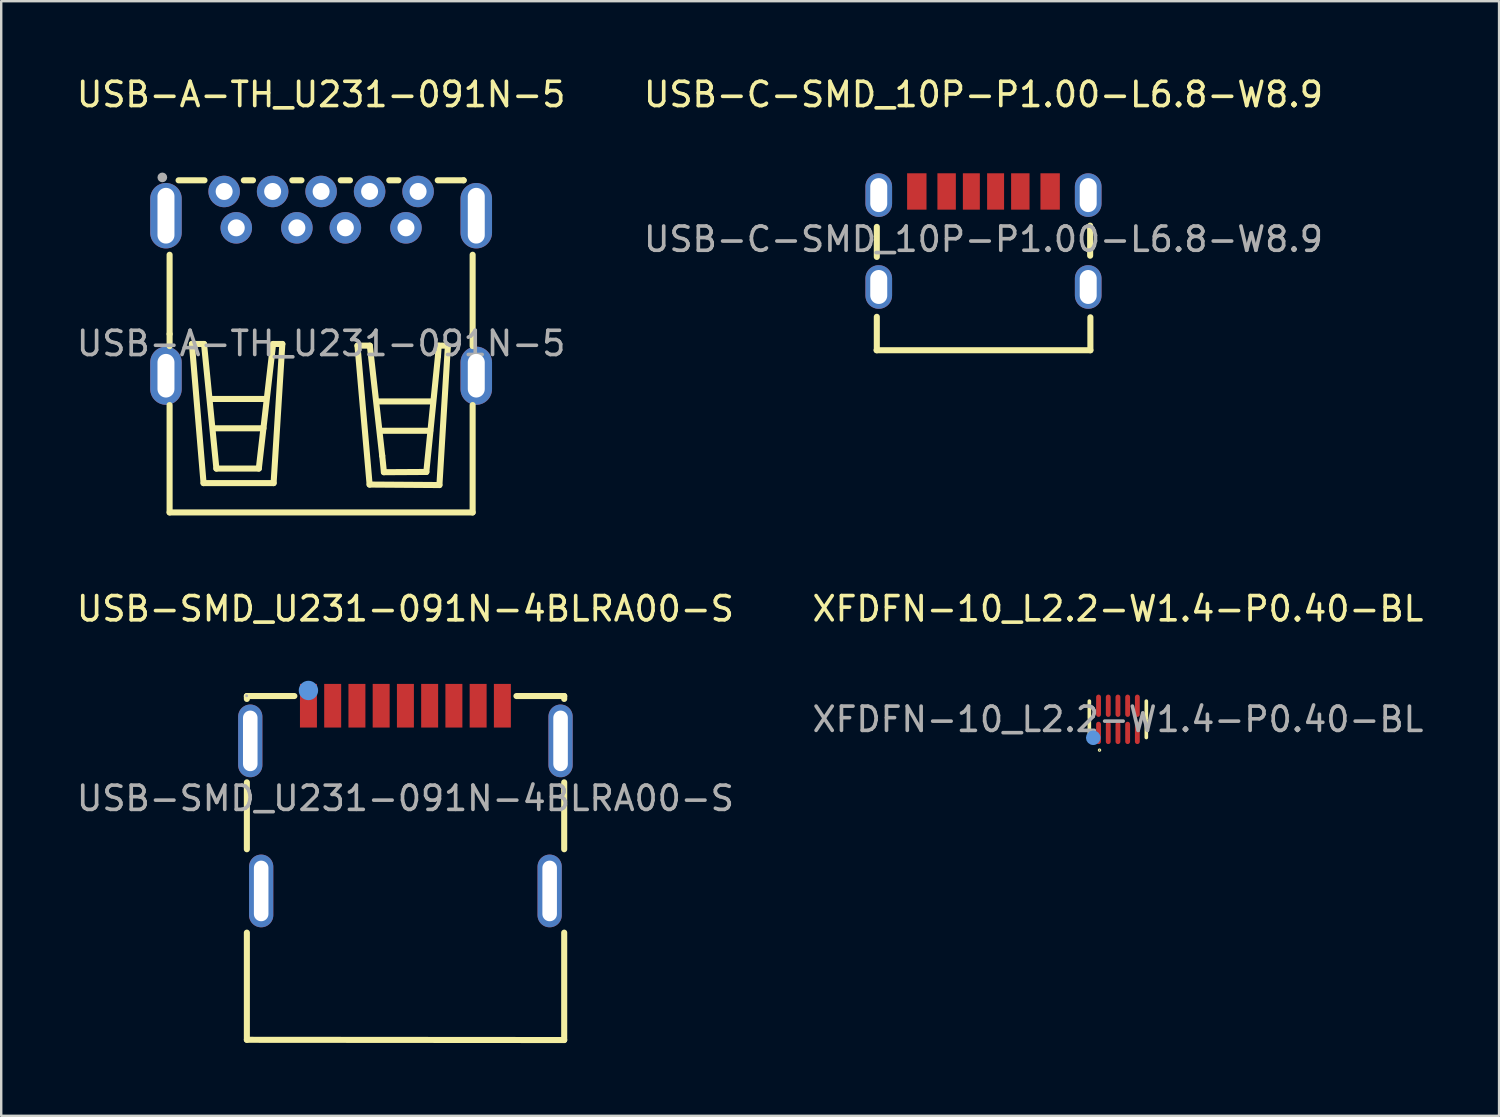
<source format=kicad_pcb>
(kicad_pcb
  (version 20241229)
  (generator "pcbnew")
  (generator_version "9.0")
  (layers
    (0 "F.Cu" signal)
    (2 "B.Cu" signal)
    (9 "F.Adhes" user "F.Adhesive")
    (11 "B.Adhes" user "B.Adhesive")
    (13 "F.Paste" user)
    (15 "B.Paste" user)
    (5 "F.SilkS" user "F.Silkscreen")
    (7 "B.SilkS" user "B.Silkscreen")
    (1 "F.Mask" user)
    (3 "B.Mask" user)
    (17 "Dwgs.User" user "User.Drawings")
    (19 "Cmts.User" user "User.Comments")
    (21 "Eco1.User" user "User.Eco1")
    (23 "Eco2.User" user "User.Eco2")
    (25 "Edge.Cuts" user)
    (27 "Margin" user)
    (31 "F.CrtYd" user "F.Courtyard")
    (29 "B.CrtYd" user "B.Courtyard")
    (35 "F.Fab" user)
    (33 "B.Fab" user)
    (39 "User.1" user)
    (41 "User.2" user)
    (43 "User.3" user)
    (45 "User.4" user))
  (footprint "USB-C-SMD_10P-P1.00-L6.8-W8.9"
    (layer "F.Cu")
    (at 37.518 6.818)
    (property "Reference" "USB-C-SMD_10P-P1.00-L6.8-W8.9" (at 0 -5.97 0) (layer "F.SilkS") (effects (font (size 1 1) (thickness 0.15))))
    (attr through_hole)
    (fp_line (start -4.41 4.58) (end 4.41 4.58) (stroke (width 0.25) (type solid)) (layer "F.SilkS"))
    (fp_line (start -4.4 -0.51) (end -4.4 0.73) (stroke (width 0.25) (type solid)) (layer "F.SilkS"))
    (fp_line (start -4.4 4.58) (end -4.4 3.2) (stroke (width 0.25) (type solid)) (layer "F.SilkS"))
    (fp_line (start 4.4 -0.56) (end 4.4 0.68) (stroke (width 0.25) (type solid)) (layer "F.SilkS"))
    (fp_line (start 4.41 4.58) (end 4.41 3.22) (stroke (width 0.25) (type solid)) (layer "F.SilkS"))
    (fp_circle (center -4.47 -2.32) (end -4.44 -2.32) (stroke (width 0.06) (type solid)) (fill no) (layer "F.Fab"))
    (fp_text user "${REFERENCE}" (at 0 0 0) (layer "F.Fab") (effects (font (size 1 1) (thickness 0.15))))
    (pad "0" thru_hole oval (at -4.32 -1.82) (size 1.1 1.8) (drill oval 0.7 1.401) (layers "*.Cu" "*.Paste" "*.Mask"))
    (pad "0" thru_hole oval (at -4.32 1.97) (size 1.1 1.8) (drill oval 0.7 1.401) (layers "*.Cu" "*.Paste" "*.Mask"))
    (pad "0" thru_hole oval (at 4.32 -1.82) (size 1.1 1.8) (drill oval 0.7 1.401) (layers "*.Cu" "*.Paste" "*.Mask"))
    (pad "0" thru_hole oval (at 4.32 1.97) (size 1.1 1.8) (drill oval 0.7 1.401) (layers "*.Cu" "*.Paste" "*.Mask"))
    (pad "1" smd rect (at -2.75 -1.97) (size 0.8 1.5) (layers "F.Cu" "F.Mask" "F.Paste"))
    (pad "2" smd rect (at -1.52 -1.97) (size 0.76 1.5) (layers "F.Cu" "F.Mask" "F.Paste"))
    (pad "3" smd rect (at -0.5 -1.97) (size 0.7 1.5) (layers "F.Cu" "F.Mask" "F.Paste"))
    (pad "4" smd rect (at 0.5 -1.97) (size 0.7 1.5) (layers "F.Cu" "F.Mask" "F.Paste"))
    (pad "5" smd rect (at 1.52 -1.97) (size 0.76 1.5) (layers "F.Cu" "F.Mask" "F.Paste"))
    (pad "6" smd rect (at 2.75 -1.97) (size 0.8 1.5) (layers "F.Cu" "F.Mask" "F.Paste")))
  (footprint "USB-SMD_U231-091N-4BLRA00-S"
    (layer "F.Cu")
    (at 13.673 29.881)
    (property "Reference" "USB-SMD_U231-091N-4BLRA00-S" (at 0 -7.82 0) (layer "F.SilkS") (effects (font (size 1 1) (thickness 0.15))))
    (attr through_hole)
    (fp_line (start -6.54 -4.22) (end -4.58 -4.22) (stroke (width 0.25) (type solid)) (layer "F.SilkS"))
    (fp_line (start -6.54 -4.1) (end -6.54 -4.22) (stroke (width 0.25) (type solid)) (layer "F.SilkS"))
    (fp_line (start -6.54 -0.66) (end -6.54 2.1) (stroke (width 0.25) (type solid)) (layer "F.SilkS"))
    (fp_line (start -6.54 5.54) (end -6.54 9.96) (stroke (width 0.25) (type solid)) (layer "F.SilkS"))
    (fp_line (start 4.58 -4.22) (end 6.55 -4.22) (stroke (width 0.25) (type solid)) (layer "F.SilkS"))
    (fp_line (start 6.55 -4.22) (end 6.55 -4.1) (stroke (width 0.25) (type solid)) (layer "F.SilkS"))
    (fp_line (start 6.55 -0.66) (end 6.55 2.1) (stroke (width 0.25) (type solid)) (layer "F.SilkS"))
    (fp_line (start 6.55 5.54) (end 6.55 9.97) (stroke (width 0.25) (type solid)) (layer "F.SilkS"))
    (fp_line (start 6.55 9.97) (end -6.54 9.96) (stroke (width 0.25) (type solid)) (layer "F.SilkS"))
    (fp_circle (center -4 -4.45) (end -3.8 -4.45) (stroke (width 0.4) (type solid)) (fill no) (layer "Cmts.User"))
    (fp_circle (center -6.55 -4.23) (end -6.52 -4.23) (stroke (width 0.06) (type solid)) (fill no) (layer "F.Fab"))
    (fp_text user "${REFERENCE}" (at 0 0 0) (layer "F.Fab") (effects (font (size 1 1) (thickness 0.15))))
    (pad "1" smd rect (at -3 -3.82) (size 0.7 1.8) (layers "F.Cu" "F.Mask" "F.Paste"))
    (pad "2" smd rect (at -1 -3.82) (size 0.7 1.8) (layers "F.Cu" "F.Mask" "F.Paste"))
    (pad "3" smd rect (at 1 -3.82) (size 0.7 1.8) (layers "F.Cu" "F.Mask" "F.Paste"))
    (pad "4" smd rect (at 3 -3.82) (size 0.7 1.8) (layers "F.Cu" "F.Mask" "F.Paste"))
    (pad "5" smd rect (at 4 -3.82) (size 0.7 1.8) (layers "F.Cu" "F.Mask" "F.Paste"))
    (pad "6" smd rect (at 2 -3.82) (size 0.7 1.8) (layers "F.Cu" "F.Mask" "F.Paste"))
    (pad "7" smd rect (at 0 -3.82) (size 0.7 1.8) (layers "F.Cu" "F.Mask" "F.Paste"))
    (pad "8" smd rect (at -2 -3.82) (size 0.7 1.8) (layers "F.Cu" "F.Mask" "F.Paste"))
    (pad "9" smd rect (at -4 -3.82) (size 0.7 1.8) (layers "F.Cu" "F.Mask" "F.Paste"))
    (pad "10" thru_hole oval (at -6.4 -2.37) (size 1 3) (drill oval 0.6 2.5) (layers "*.Cu" "*.Paste" "*.Mask"))
    (pad "11" thru_hole oval (at 6.4 -2.37) (size 1 3) (drill oval 0.6 2.5) (layers "*.Cu" "*.Paste" "*.Mask"))
    (pad "12" thru_hole oval (at -5.95 3.82) (size 1 3) (drill oval 0.6 2.5) (layers "*.Cu" "*.Paste" "*.Mask"))
    (pad "13" thru_hole oval (at 5.95 3.82) (size 1 3) (drill oval 0.6 2.5) (layers "*.Cu" "*.Paste" "*.Mask")))
  (footprint "XFDFN-10_L2.2-W1.4-P0.40-BL"
    (layer "F.Cu")
    (at 43.065 26.622)
    (property "Reference" "XFDFN-10_L2.2-W1.4-P0.40-BL" (at 0 -4.56 0) (layer "F.SilkS") (effects (font (size 1 1) (thickness 0.15))))
    (attr smd)
    (fp_line (start -1.18 -0.75) (end -1.18 -0.05) (stroke (width 0.15) (type solid)) (layer "F.SilkS"))
    (fp_line (start -1.18 0.75) (end -1.18 0.05) (stroke (width 0.15) (type solid)) (layer "F.SilkS"))
    (fp_line (start 1.17 -0.75) (end 1.17 -0.05) (stroke (width 0.15) (type solid)) (layer "F.SilkS"))
    (fp_line (start 1.17 0.75) (end 1.17 0.05) (stroke (width 0.15) (type solid)) (layer "F.SilkS"))
    (fp_circle (center -0.76 1.27) (end -0.74 1.27) (stroke (width 0.05) (type solid)) (fill no) (layer "F.SilkS"))
    (fp_circle (center -1.02 0.76) (end -0.87 0.76) (stroke (width 0.3) (type solid)) (fill no) (layer "Cmts.User"))
    (fp_circle (center -1.1 0.7) (end -1.07 0.7) (stroke (width 0.06) (type solid)) (fill no) (layer "F.Fab"))
    (fp_text user "${REFERENCE}" (at 0 0 0) (layer "F.Fab") (effects (font (size 1 1) (thickness 0.15))))
    (pad "1" smd oval (at -0.8 0.56 90) (size 0.92 0.2) (layers "F.Cu" "F.Mask" "F.Paste"))
    (pad "2" smd oval (at -0.4 0.56 90) (size 0.92 0.2) (layers "F.Cu" "F.Mask" "F.Paste"))
    (pad "3" smd oval (at 0 0.56 90) (size 0.92 0.2) (layers "F.Cu" "F.Mask" "F.Paste"))
    (pad "4" smd oval (at 0.4 0.56 90) (size 0.92 0.2) (layers "F.Cu" "F.Mask" "F.Paste"))
    (pad "5" smd oval (at 0.8 0.56 90) (size 0.92 0.2) (layers "F.Cu" "F.Mask" "F.Paste"))
    (pad "6" smd oval (at 0.8 -0.56 90) (size 0.92 0.2) (layers "F.Cu" "F.Mask" "F.Paste"))
    (pad "7" smd oval (at 0.4 -0.56 90) (size 0.92 0.2) (layers "F.Cu" "F.Mask" "F.Paste"))
    (pad "8" smd oval (at 0 -0.56 90) (size 0.92 0.2) (layers "F.Cu" "F.Mask" "F.Paste"))
    (pad "9" smd oval (at -0.4 -0.56 90) (size 0.92 0.2) (layers "F.Cu" "F.Mask" "F.Paste"))
    (pad "10" smd oval (at -0.8 -0.56 90) (size 0.92 0.2) (layers "F.Cu" "F.Mask" "F.Paste")))
  (footprint "USB-A-TH_U231-091N-5"
    (layer "F.Cu")
    (at 10.196 11.118)
    (property "Reference" "USB-A-TH_U231-091N-5" (at 0 -10.27 0) (layer "F.SilkS") (effects (font (size 1 1) (thickness 0.15))))
    (attr through_hole)
    (fp_line (start -6.25 -3.66) (end -6.25 -0.39) (stroke (width 0.25) (type solid)) (layer "F.SilkS"))
    (fp_line (start -6.25 -0.39) (end -6.25 0.11) (stroke (width 0.25) (type solid)) (layer "F.SilkS"))
    (fp_line (start -6.25 6.97) (end -6.25 2.54) (stroke (width 0.25) (type solid)) (layer "F.SilkS"))
    (fp_line (start -6.25 6.97) (end 6.25 6.97) (stroke (width 0.25) (type solid)) (layer "F.SilkS"))
    (fp_line (start -5.88 -6.73) (end -4.81 -6.73) (stroke (width 0.25) (type solid)) (layer "F.SilkS"))
    (fp_line (start -5.33 0.02) (end -4.83 0.02) (stroke (width 0.25) (type solid)) (layer "F.SilkS"))
    (fp_line (start -4.85 5.76) (end -5.33 0.02) (stroke (width 0.25) (type solid)) (layer "F.SilkS"))
    (fp_line (start -4.83 0.02) (end -4.32 5.16) (stroke (width 0.25) (type solid)) (layer "F.SilkS"))
    (fp_line (start -4.55 2.29) (end -2.29 2.29) (stroke (width 0.25) (type solid)) (layer "F.SilkS"))
    (fp_line (start -4.41 3.5) (end -2.38 3.5) (stroke (width 0.25) (type solid)) (layer "F.SilkS"))
    (fp_line (start -4.32 5.16) (end -2.57 5.16) (stroke (width 0.25) (type solid)) (layer "F.SilkS"))
    (fp_line (start -3.19 -6.73) (end -2.81 -6.73) (stroke (width 0.25) (type solid)) (layer "F.SilkS"))
    (fp_line (start -2.57 5.16) (end -1.98 0.02) (stroke (width 0.25) (type solid)) (layer "F.SilkS"))
    (fp_line (start -1.98 0.02) (end -1.6 0.02) (stroke (width 0.25) (type solid)) (layer "F.SilkS"))
    (fp_line (start -1.96 5.76) (end -4.85 5.76) (stroke (width 0.25) (type solid)) (layer "F.SilkS"))
    (fp_line (start -1.6 0.02) (end -1.96 5.76) (stroke (width 0.25) (type solid)) (layer "F.SilkS"))
    (fp_line (start -1.19 -6.73) (end -0.81 -6.73) (stroke (width 0.25) (type solid)) (layer "F.SilkS"))
    (fp_line (start 0.81 -6.73) (end 1.19 -6.73) (stroke (width 0.25) (type solid)) (layer "F.SilkS"))
    (fp_line (start 1.5 0.09) (end 2.01 0.09) (stroke (width 0.25) (type solid)) (layer "F.SilkS"))
    (fp_line (start 2 5.82) (end 1.5 0.09) (stroke (width 0.25) (type solid)) (layer "F.SilkS"))
    (fp_line (start 2.01 0.09) (end 2.52 4.63) (stroke (width 0.25) (type solid)) (layer "F.SilkS"))
    (fp_line (start 2.33 2.39) (end 4.59 2.39) (stroke (width 0.25) (type solid)) (layer "F.SilkS"))
    (fp_line (start 2.47 3.6) (end 4.5 3.6) (stroke (width 0.25) (type solid)) (layer "F.SilkS"))
    (fp_line (start 2.52 4.63) (end 2.59 5.31) (stroke (width 0.25) (type solid)) (layer "F.SilkS"))
    (fp_line (start 2.59 5.31) (end 4.34 5.3) (stroke (width 0.25) (type solid)) (layer "F.SilkS"))
    (fp_line (start 2.81 -6.73) (end 3.19 -6.73) (stroke (width 0.25) (type solid)) (layer "F.SilkS"))
    (fp_line (start 4.34 5.3) (end 4.82 0.52) (stroke (width 0.25) (type solid)) (layer "F.SilkS"))
    (fp_line (start 4.81 -6.73) (end 5.88 -6.73) (stroke (width 0.25) (type solid)) (layer "F.SilkS"))
    (fp_line (start 4.82 0.52) (end 4.85 0.09) (stroke (width 0.25) (type solid)) (layer "F.SilkS"))
    (fp_line (start 4.85 0.09) (end 5.23 0.09) (stroke (width 0.25) (type solid)) (layer "F.SilkS"))
    (fp_line (start 4.88 5.84) (end 2 5.82) (stroke (width 0.25) (type solid)) (layer "F.SilkS"))
    (fp_line (start 5.23 0.09) (end 4.88 5.84) (stroke (width 0.25) (type solid)) (layer "F.SilkS"))
    (fp_line (start 5.88 -6.73) (end 5.88 -6.73) (stroke (width 0.25) (type solid)) (layer "F.SilkS"))
    (fp_line (start 6.25 -0.39) (end 6.25 -3.66) (stroke (width 0.25) (type solid)) (layer "F.SilkS"))
    (fp_line (start 6.25 -0.39) (end 6.25 0.11) (stroke (width 0.25) (type solid)) (layer "F.SilkS"))
    (fp_line (start 6.25 6.97) (end 6.25 2.54) (stroke (width 0.25) (type solid)) (layer "F.SilkS"))
    (fp_circle (center -6.55 -6.85) (end -6.45 -6.85) (stroke (width 0.2) (type solid)) (fill no) (layer "F.Fab"))
    (fp_text user "${REFERENCE}" (at 0 0 0) (layer "F.Fab") (effects (font (size 1 1) (thickness 0.15))))
    (pad "1" thru_hole circle (at -3.5 -4.77) (size 1.3 1.3) (drill 0.7) (layers "*.Cu" "*.Paste" "*.Mask"))
    (pad "2" thru_hole circle (at -1 -4.77) (size 1.3 1.3) (drill 0.7) (layers "*.Cu" "*.Paste" "*.Mask"))
    (pad "3" thru_hole circle (at 1 -4.77) (size 1.3 1.3) (drill 0.7) (layers "*.Cu" "*.Paste" "*.Mask"))
    (pad "4" thru_hole circle (at 3.5 -4.77) (size 1.3 1.3) (drill 0.7) (layers "*.Cu" "*.Paste" "*.Mask"))
    (pad "5" thru_hole circle (at 4 -6.27) (size 1.3 1.3) (drill 0.7) (layers "*.Cu" "*.Paste" "*.Mask"))
    (pad "6" thru_hole circle (at 2 -6.27) (size 1.3 1.3) (drill 0.7) (layers "*.Cu" "*.Paste" "*.Mask"))
    (pad "7" thru_hole circle (at 0 -6.27) (size 1.3 1.3) (drill 0.7) (layers "*.Cu" "*.Paste" "*.Mask"))
    (pad "8" thru_hole circle (at -2 -6.27) (size 1.3 1.3) (drill 0.7) (layers "*.Cu" "*.Paste" "*.Mask"))
    (pad "9" thru_hole circle (at -4 -6.27) (size 1.3 1.3) (drill 0.7) (layers "*.Cu" "*.Paste" "*.Mask"))
    (pad "10" thru_hole oval (at -6.4 -5.27) (size 1.3 2.7) (drill oval 0.7 2.3) (layers "*.Cu" "*.Paste" "*.Mask"))
    (pad "11" thru_hole oval (at 6.4 -5.27) (size 1.3 2.7) (drill oval 0.7 2.3) (layers "*.Cu" "*.Paste" "*.Mask"))
    (pad "12" thru_hole oval (at 6.4 1.33) (size 1.3 2.4) (drill oval 0.7 1.8) (layers "*.Cu" "*.Paste" "*.Mask"))
    (pad "13" thru_hole oval (at -6.4 1.33) (size 1.3 2.4) (drill oval 0.7 1.8) (layers "*.Cu" "*.Paste" "*.Mask")))
  (gr_rect
    (start -3 -3)
    (end 58.786 42.977)
    (stroke (width 0.1) (type default))
    (fill no)
    (layer "Edge.Cuts")))
</source>
